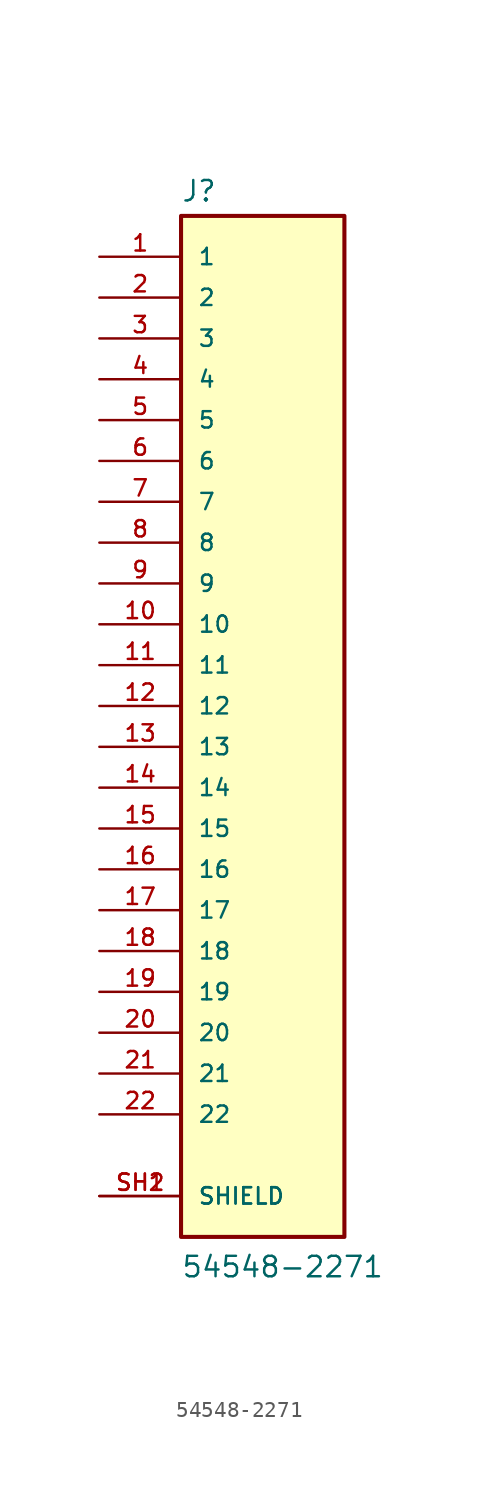
<source format=kicad_sym>
(kicad_symbol_lib
  (version 20211014)
  (generator kicad_symbol_editor)
  (symbol "54548-2271"
    (pin_names
      (offset 1.016))
    (property "Reference" "J"
      (at -5.086 31.28 0)
      (effects (font (size 1.27 1.27)) (justify bottom left)))
    (property "Value" "54548-2271"
      (at -5.09 -35.629 0)
      (effects (font (size 1.27 1.27)) (justify bottom left)))
    (symbol "54548-2271_0_0"
      (rectangle (start -5.08 -33.02) (end 5.08 30.48) (stroke (width 0.254)) (fill (type background)))
      (pin passive line (at -10.16 27.94 0) (length 5.08) (name "1" (effects (font (size 1.016 1.016)))) (number "1" (effects (font (size 1.016 1.016)))))
      (pin passive line (at -10.16 25.4 0) (length 5.08) (name "2" (effects (font (size 1.016 1.016)))) (number "2" (effects (font (size 1.016 1.016)))))
      (pin passive line (at -10.16 22.86 0) (length 5.08) (name "3" (effects (font (size 1.016 1.016)))) (number "3" (effects (font (size 1.016 1.016)))))
      (pin passive line (at -10.16 20.32 0) (length 5.08) (name "4" (effects (font (size 1.016 1.016)))) (number "4" (effects (font (size 1.016 1.016)))))
      (pin passive line (at -10.16 17.78 0) (length 5.08) (name "5" (effects (font (size 1.016 1.016)))) (number "5" (effects (font (size 1.016 1.016)))))
      (pin passive line (at -10.16 15.24 0) (length 5.08) (name "6" (effects (font (size 1.016 1.016)))) (number "6" (effects (font (size 1.016 1.016)))))
      (pin passive line (at -10.16 12.7 0) (length 5.08) (name "7" (effects (font (size 1.016 1.016)))) (number "7" (effects (font (size 1.016 1.016)))))
      (pin passive line (at -10.16 10.16 0) (length 5.08) (name "8" (effects (font (size 1.016 1.016)))) (number "8" (effects (font (size 1.016 1.016)))))
      (pin passive line (at -10.16 7.62 0) (length 5.08) (name "9" (effects (font (size 1.016 1.016)))) (number "9" (effects (font (size 1.016 1.016)))))
      (pin passive line (at -10.16 5.08 0) (length 5.08) (name "10" (effects (font (size 1.016 1.016)))) (number "10" (effects (font (size 1.016 1.016)))))
      (pin passive line (at -10.16 2.54 0) (length 5.08) (name "11" (effects (font (size 1.016 1.016)))) (number "11" (effects (font (size 1.016 1.016)))))
      (pin passive line (at -10.16 0.0 0) (length 5.08) (name "12" (effects (font (size 1.016 1.016)))) (number "12" (effects (font (size 1.016 1.016)))))
      (pin passive line (at -10.16 -2.54 0) (length 5.08) (name "13" (effects (font (size 1.016 1.016)))) (number "13" (effects (font (size 1.016 1.016)))))
      (pin passive line (at -10.16 -5.08 0) (length 5.08) (name "14" (effects (font (size 1.016 1.016)))) (number "14" (effects (font (size 1.016 1.016)))))
      (pin passive line (at -10.16 -7.62 0) (length 5.08) (name "15" (effects (font (size 1.016 1.016)))) (number "15" (effects (font (size 1.016 1.016)))))
      (pin passive line (at -10.16 -10.16 0) (length 5.08) (name "16" (effects (font (size 1.016 1.016)))) (number "16" (effects (font (size 1.016 1.016)))))
      (pin passive line (at -10.16 -12.7 0) (length 5.08) (name "17" (effects (font (size 1.016 1.016)))) (number "17" (effects (font (size 1.016 1.016)))))
      (pin passive line (at -10.16 -15.24 0) (length 5.08) (name "18" (effects (font (size 1.016 1.016)))) (number "18" (effects (font (size 1.016 1.016)))))
      (pin passive line (at -10.16 -17.78 0) (length 5.08) (name "19" (effects (font (size 1.016 1.016)))) (number "19" (effects (font (size 1.016 1.016)))))
      (pin passive line (at -10.16 -20.32 0) (length 5.08) (name "20" (effects (font (size 1.016 1.016)))) (number "20" (effects (font (size 1.016 1.016)))))
      (pin passive line (at -10.16 -22.86 0) (length 5.08) (name "21" (effects (font (size 1.016 1.016)))) (number "21" (effects (font (size 1.016 1.016)))))
      (pin passive line (at -10.16 -25.4 0) (length 5.08) (name "22" (effects (font (size 1.016 1.016)))) (number "22" (effects (font (size 1.016 1.016)))))
      (pin passive line (at -10.16 -30.48 0) (length 5.08) (name "SHIELD" (effects (font (size 1.016 1.016)))) (number "SH1" (effects (font (size 1.016 1.016)))))
      (pin passive line (at -10.16 -30.48 0) (length 5.08) (name "SHIELD" (effects (font (size 1.016 1.016)))) (number "SH2" (effects (font (size 1.016 1.016))))))))
</source>
